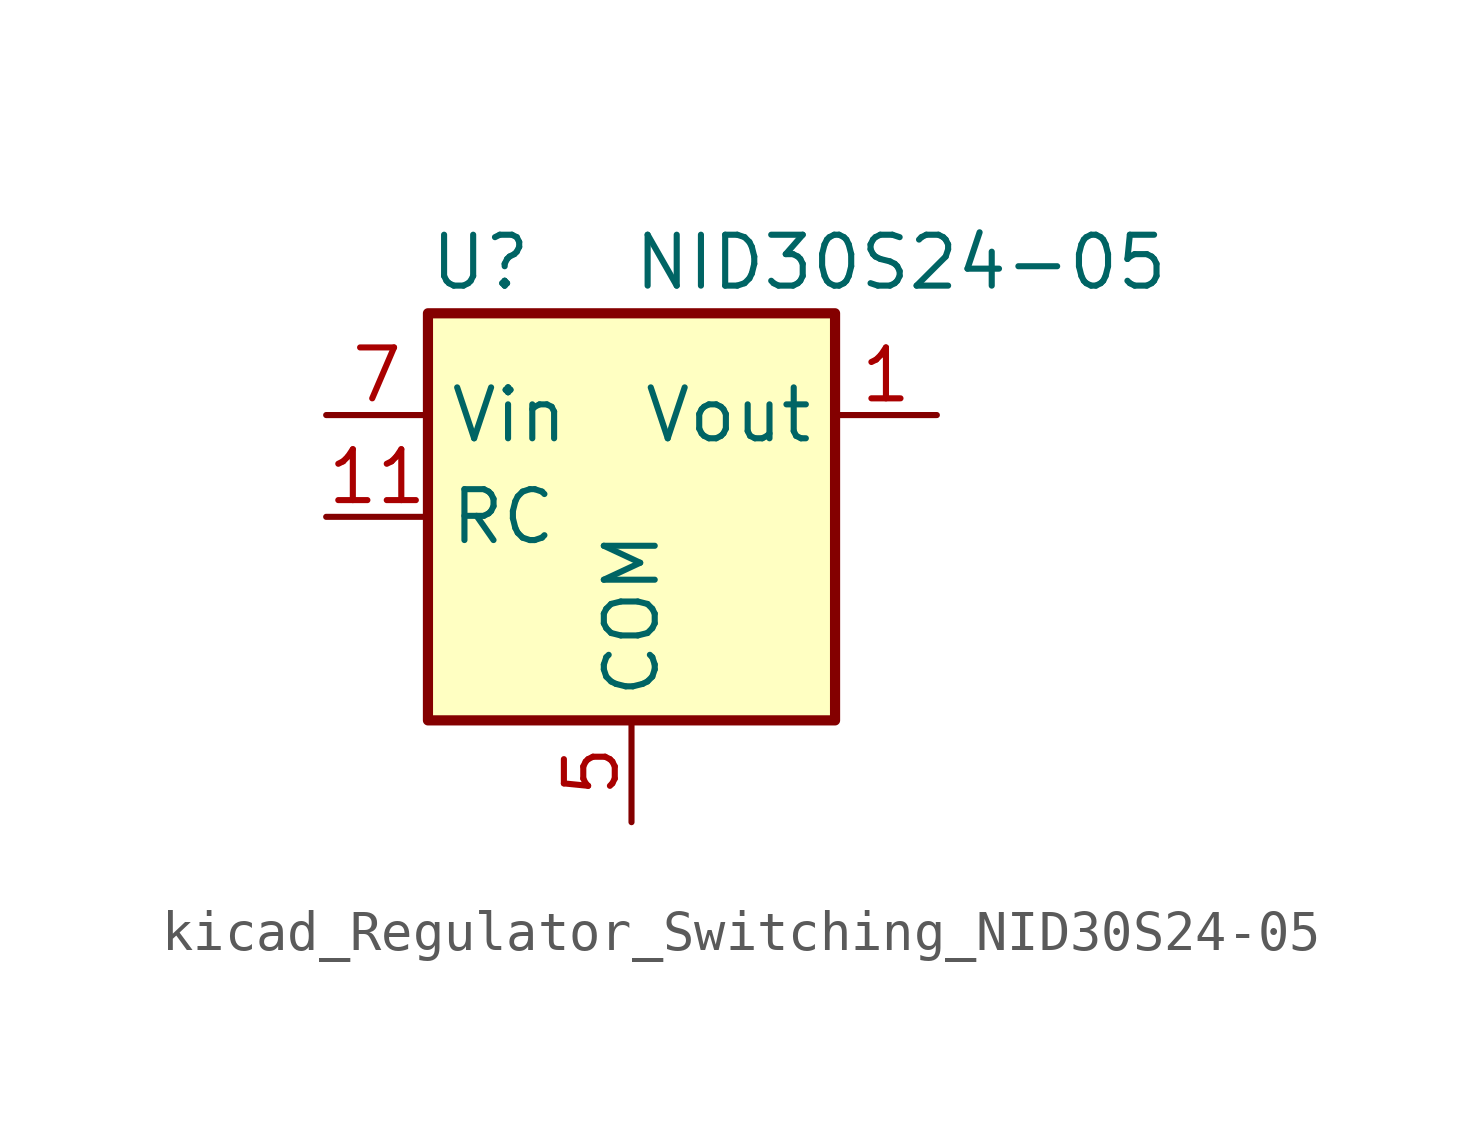
<source format=kicad_sym>
(kicad_symbol_lib
  (version 20220914)
  (generator kicad_symbol_editor)
  (symbol "kicad_Regulator_Switching_NID30S24-05"
    (property "Reference" "U"
      (at -5.08 6.35 0)
      (effects (font (size 1.27 1.27)) (justify left)))
    (property "Value" "NID30S24-05"
      (at 0 6.35 0)
      (effects (font (size 1.27 1.27)) (justify left)))
    (symbol "kicad_Regulator_Switching_NID30S24-05_0_1"
      (rectangle (start -5.08 5.08) (end 5.08 -5.08) (stroke (width 0.254) (type default)) (fill (type background))))
    (symbol "kicad_Regulator_Switching_NID30S24-05_1_1"
      (pin power_out line (at 7.62 2.54 180) (length 2.54) (name "Vout" (effects (font (size 1.27 1.27)))) (number "1" (effects (font (size 1.27 1.27)))))
      (pin no_connect line (at 5.08 -2.54 180) (length 2.54) hide (name "NC" (effects (font (size 1.27 1.27)))) (number "10" (effects (font (size 1.27 1.27)))))
      (pin input line (at -7.62 0 0) (length 2.54) (name "RC" (effects (font (size 1.27 1.27)))) (number "11" (effects (font (size 1.27 1.27)))))
      (pin passive line (at 7.62 2.54 180) (length 2.54) hide (name "Vout" (effects (font (size 1.27 1.27)))) (number "2" (effects (font (size 1.27 1.27)))))
      (pin passive line (at 7.62 2.54 180) (length 2.54) hide (name "Vout" (effects (font (size 1.27 1.27)))) (number "3" (effects (font (size 1.27 1.27)))))
      (pin passive line (at 7.62 2.54 180) (length 2.54) hide (name "Vout" (effects (font (size 1.27 1.27)))) (number "4" (effects (font (size 1.27 1.27)))))
      (pin power_in line (at 0 -7.62 90) (length 2.54) (name "COM" (effects (font (size 1.27 1.27)))) (number "5" (effects (font (size 1.27 1.27)))))
      (pin passive line (at 0 -7.62 90) (length 2.54) hide (name "COM" (effects (font (size 1.27 1.27)))) (number "6" (effects (font (size 1.27 1.27)))))
      (pin power_in line (at -7.62 2.54 0) (length 2.54) (name "Vin" (effects (font (size 1.27 1.27)))) (number "7" (effects (font (size 1.27 1.27)))))
      (pin passive line (at -7.62 2.54 0) (length 2.54) hide (name "Vin" (effects (font (size 1.27 1.27)))) (number "8" (effects (font (size 1.27 1.27)))))
      (pin no_connect line (at 5.08 0 180) (length 2.54) hide (name "NC" (effects (font (size 1.27 1.27)))) (number "9" (effects (font (size 1.27 1.27))))))))
</source>
